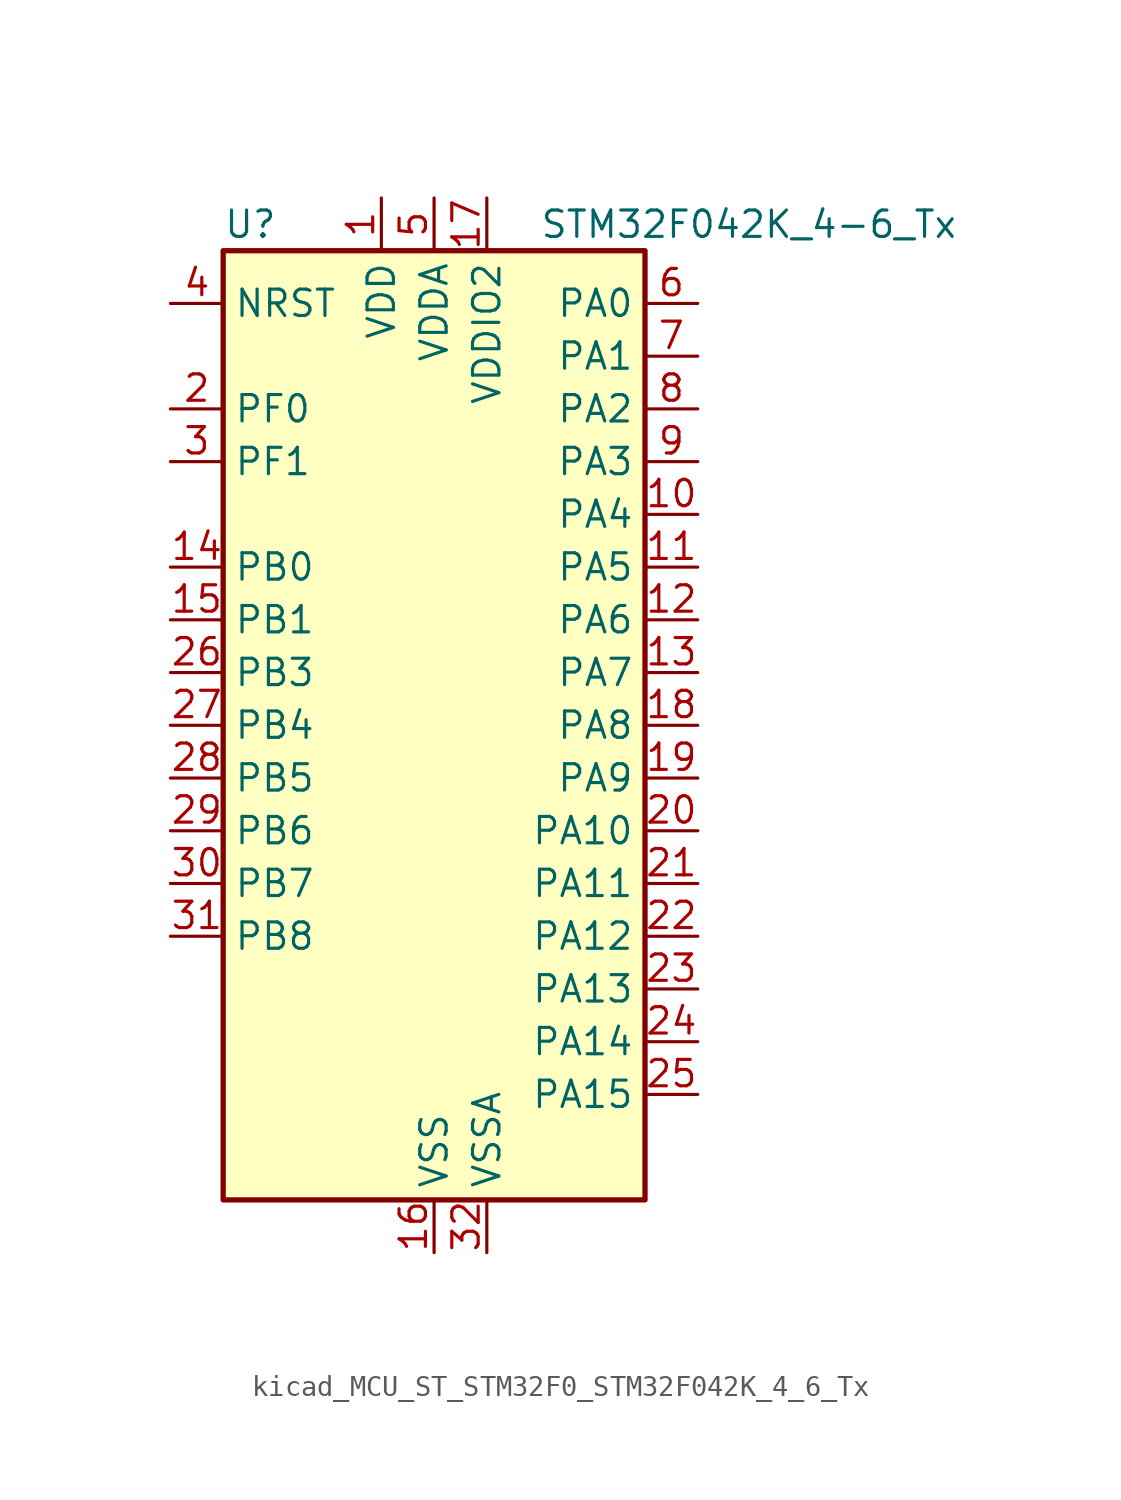
<source format=kicad_sym>
(kicad_symbol_lib
  (version 20220914)
  (generator kicad_symbol_editor)
  (symbol "kicad_MCU_ST_STM32F0_STM32F042K_4_6_Tx"
    (property "Reference" "U"
      (at -10.16 24.13 0)
      (effects (font (size 1.27 1.27)) (justify left)))
    (property "Value" "STM32F042K_4-6_Tx"
      (at 5.08 24.13 0)
      (effects (font (size 1.27 1.27)) (justify left)))
    (property "ki_locked" ""
      (at 0 0 0)
      (effects (font (size 1.27 1.27))))
    (symbol "kicad_MCU_ST_STM32F0_STM32F042K_4_6_Tx_0_1"
      (rectangle (start -10.16 -22.86) (end 10.16 22.86) (stroke (width 0.254) (type default)) (fill (type background))))
    (symbol "kicad_MCU_ST_STM32F0_STM32F042K_4_6_Tx_1_1"
      (pin power_in line (at -2.54 25.4 270) (length 2.54) (name "VDD" (effects (font (size 1.27 1.27)))) (number "1" (effects (font (size 1.27 1.27)))))
      (pin bidirectional line (at 12.7 10.16 180) (length 2.54) (name "PA4" (effects (font (size 1.27 1.27)))) (number "10" (effects (font (size 1.27 1.27)))) (alternate "ADC_IN4" bidirectional line) (alternate "I2S1_WS" bidirectional line) (alternate "SPI1_NSS" bidirectional line) (alternate "TIM14_CH1" bidirectional line) (alternate "TSC_G2_IO1" bidirectional line) (alternate "USART2_CK" bidirectional line) (alternate "USB_NOE" bidirectional line))
      (pin bidirectional line (at 12.7 7.62 180) (length 2.54) (name "PA5" (effects (font (size 1.27 1.27)))) (number "11" (effects (font (size 1.27 1.27)))) (alternate "ADC_IN5" bidirectional line) (alternate "CEC" bidirectional line) (alternate "I2S1_CK" bidirectional line) (alternate "SPI1_SCK" bidirectional line) (alternate "TIM2_CH1" bidirectional line) (alternate "TIM2_ETR" bidirectional line) (alternate "TSC_G2_IO2" bidirectional line))
      (pin bidirectional line (at 12.7 5.08 180) (length 2.54) (name "PA6" (effects (font (size 1.27 1.27)))) (number "12" (effects (font (size 1.27 1.27)))) (alternate "ADC_IN6" bidirectional line) (alternate "I2S1_MCK" bidirectional line) (alternate "SPI1_MISO" bidirectional line) (alternate "TIM16_CH1" bidirectional line) (alternate "TIM1_BKIN" bidirectional line) (alternate "TIM3_CH1" bidirectional line) (alternate "TSC_G2_IO3" bidirectional line))
      (pin bidirectional line (at 12.7 2.54 180) (length 2.54) (name "PA7" (effects (font (size 1.27 1.27)))) (number "13" (effects (font (size 1.27 1.27)))) (alternate "ADC_IN7" bidirectional line) (alternate "I2S1_SD" bidirectional line) (alternate "SPI1_MOSI" bidirectional line) (alternate "TIM14_CH1" bidirectional line) (alternate "TIM17_CH1" bidirectional line) (alternate "TIM1_CH1N" bidirectional line) (alternate "TIM3_CH2" bidirectional line) (alternate "TSC_G2_IO4" bidirectional line))
      (pin bidirectional line (at -12.7 7.62 0) (length 2.54) (name "PB0" (effects (font (size 1.27 1.27)))) (number "14" (effects (font (size 1.27 1.27)))) (alternate "ADC_IN8" bidirectional line) (alternate "TIM1_CH2N" bidirectional line) (alternate "TIM3_CH3" bidirectional line) (alternate "TSC_G3_IO2" bidirectional line))
      (pin bidirectional line (at -12.7 5.08 0) (length 2.54) (name "PB1" (effects (font (size 1.27 1.27)))) (number "15" (effects (font (size 1.27 1.27)))) (alternate "ADC_IN9" bidirectional line) (alternate "TIM14_CH1" bidirectional line) (alternate "TIM1_CH3N" bidirectional line) (alternate "TIM3_CH4" bidirectional line) (alternate "TSC_G3_IO3" bidirectional line))
      (pin power_in line (at 0 -25.4 90) (length 2.54) (name "VSS" (effects (font (size 1.27 1.27)))) (number "16" (effects (font (size 1.27 1.27)))))
      (pin power_in line (at 2.54 25.4 270) (length 2.54) (name "VDDIO2" (effects (font (size 1.27 1.27)))) (number "17" (effects (font (size 1.27 1.27)))))
      (pin bidirectional line (at 12.7 0 180) (length 2.54) (name "PA8" (effects (font (size 1.27 1.27)))) (number "18" (effects (font (size 1.27 1.27)))) (alternate "CRS_SYNC" bidirectional line) (alternate "RCC_MCO" bidirectional line) (alternate "TIM1_CH1" bidirectional line) (alternate "USART1_CK" bidirectional line))
      (pin bidirectional line (at 12.7 -2.54 180) (length 2.54) (name "PA9" (effects (font (size 1.27 1.27)))) (number "19" (effects (font (size 1.27 1.27)))) (alternate "I2C1_SCL" bidirectional line) (alternate "TIM1_CH2" bidirectional line) (alternate "TSC_G4_IO1" bidirectional line) (alternate "USART1_TX" bidirectional line))
      (pin bidirectional line (at -12.7 15.24 0) (length 2.54) (name "PF0" (effects (font (size 1.27 1.27)))) (number "2" (effects (font (size 1.27 1.27)))) (alternate "CRS_SYNC" bidirectional line) (alternate "I2C1_SDA" bidirectional line) (alternate "RCC_OSC_IN" bidirectional line))
      (pin bidirectional line (at 12.7 -5.08 180) (length 2.54) (name "PA10" (effects (font (size 1.27 1.27)))) (number "20" (effects (font (size 1.27 1.27)))) (alternate "I2C1_SDA" bidirectional line) (alternate "TIM17_BKIN" bidirectional line) (alternate "TIM1_CH3" bidirectional line) (alternate "TSC_G4_IO2" bidirectional line) (alternate "USART1_RX" bidirectional line))
      (pin bidirectional line (at 12.7 -7.62 180) (length 2.54) (name "PA11" (effects (font (size 1.27 1.27)))) (number "21" (effects (font (size 1.27 1.27)))) (alternate "CAN_RX" bidirectional line) (alternate "I2C1_SCL" bidirectional line) (alternate "TIM1_CH4" bidirectional line) (alternate "TSC_G4_IO3" bidirectional line) (alternate "USART1_CTS" bidirectional line) (alternate "USB_DM" bidirectional line))
      (pin bidirectional line (at 12.7 -10.16 180) (length 2.54) (name "PA12" (effects (font (size 1.27 1.27)))) (number "22" (effects (font (size 1.27 1.27)))) (alternate "CAN_TX" bidirectional line) (alternate "I2C1_SDA" bidirectional line) (alternate "TIM1_ETR" bidirectional line) (alternate "TSC_G4_IO4" bidirectional line) (alternate "USART1_DE" bidirectional line) (alternate "USART1_RTS" bidirectional line) (alternate "USB_DP" bidirectional line))
      (pin bidirectional line (at 12.7 -12.7 180) (length 2.54) (name "PA13" (effects (font (size 1.27 1.27)))) (number "23" (effects (font (size 1.27 1.27)))) (alternate "IR_OUT" bidirectional line) (alternate "SYS_SWDIO" bidirectional line) (alternate "USB_NOE" bidirectional line))
      (pin bidirectional line (at 12.7 -15.24 180) (length 2.54) (name "PA14" (effects (font (size 1.27 1.27)))) (number "24" (effects (font (size 1.27 1.27)))) (alternate "SYS_SWCLK" bidirectional line) (alternate "USART2_TX" bidirectional line))
      (pin bidirectional line (at 12.7 -17.78 180) (length 2.54) (name "PA15" (effects (font (size 1.27 1.27)))) (number "25" (effects (font (size 1.27 1.27)))) (alternate "I2S1_WS" bidirectional line) (alternate "SPI1_NSS" bidirectional line) (alternate "TIM2_CH1" bidirectional line) (alternate "TIM2_ETR" bidirectional line) (alternate "USART2_RX" bidirectional line) (alternate "USB_NOE" bidirectional line))
      (pin bidirectional line (at -12.7 2.54 0) (length 2.54) (name "PB3" (effects (font (size 1.27 1.27)))) (number "26" (effects (font (size 1.27 1.27)))) (alternate "I2S1_CK" bidirectional line) (alternate "SPI1_SCK" bidirectional line) (alternate "TIM2_CH2" bidirectional line) (alternate "TSC_G5_IO1" bidirectional line))
      (pin bidirectional line (at -12.7 0 0) (length 2.54) (name "PB4" (effects (font (size 1.27 1.27)))) (number "27" (effects (font (size 1.27 1.27)))) (alternate "I2S1_MCK" bidirectional line) (alternate "SPI1_MISO" bidirectional line) (alternate "TIM17_BKIN" bidirectional line) (alternate "TIM3_CH1" bidirectional line) (alternate "TSC_G5_IO2" bidirectional line))
      (pin bidirectional line (at -12.7 -2.54 0) (length 2.54) (name "PB5" (effects (font (size 1.27 1.27)))) (number "28" (effects (font (size 1.27 1.27)))) (alternate "I2C1_SMBA" bidirectional line) (alternate "I2S1_SD" bidirectional line) (alternate "SPI1_MOSI" bidirectional line) (alternate "SYS_WKUP6" bidirectional line) (alternate "TIM16_BKIN" bidirectional line) (alternate "TIM3_CH2" bidirectional line))
      (pin bidirectional line (at -12.7 -5.08 0) (length 2.54) (name "PB6" (effects (font (size 1.27 1.27)))) (number "29" (effects (font (size 1.27 1.27)))) (alternate "I2C1_SCL" bidirectional line) (alternate "TIM16_CH1N" bidirectional line) (alternate "TSC_G5_IO3" bidirectional line) (alternate "USART1_TX" bidirectional line))
      (pin bidirectional line (at -12.7 12.7 0) (length 2.54) (name "PF1" (effects (font (size 1.27 1.27)))) (number "3" (effects (font (size 1.27 1.27)))) (alternate "I2C1_SCL" bidirectional line) (alternate "RCC_OSC_OUT" bidirectional line))
      (pin bidirectional line (at -12.7 -7.62 0) (length 2.54) (name "PB7" (effects (font (size 1.27 1.27)))) (number "30" (effects (font (size 1.27 1.27)))) (alternate "I2C1_SDA" bidirectional line) (alternate "TIM17_CH1N" bidirectional line) (alternate "TSC_G5_IO4" bidirectional line) (alternate "USART1_RX" bidirectional line))
      (pin bidirectional line (at -12.7 -10.16 0) (length 2.54) (name "PB8" (effects (font (size 1.27 1.27)))) (number "31" (effects (font (size 1.27 1.27)))) (alternate "CAN_RX" bidirectional line) (alternate "CEC" bidirectional line) (alternate "I2C1_SCL" bidirectional line) (alternate "TIM16_CH1" bidirectional line) (alternate "TSC_SYNC" bidirectional line))
      (pin power_in line (at 2.54 -25.4 90) (length 2.54) (name "VSSA" (effects (font (size 1.27 1.27)))) (number "32" (effects (font (size 1.27 1.27)))))
      (pin input line (at -12.7 20.32 0) (length 2.54) (name "NRST" (effects (font (size 1.27 1.27)))) (number "4" (effects (font (size 1.27 1.27)))))
      (pin power_in line (at 0 25.4 270) (length 2.54) (name "VDDA" (effects (font (size 1.27 1.27)))) (number "5" (effects (font (size 1.27 1.27)))))
      (pin bidirectional line (at 12.7 20.32 180) (length 2.54) (name "PA0" (effects (font (size 1.27 1.27)))) (number "6" (effects (font (size 1.27 1.27)))) (alternate "ADC_IN0" bidirectional line) (alternate "RTC_TAMP2" bidirectional line) (alternate "SYS_WKUP1" bidirectional line) (alternate "TIM2_CH1" bidirectional line) (alternate "TIM2_ETR" bidirectional line) (alternate "TSC_G1_IO1" bidirectional line) (alternate "USART2_CTS" bidirectional line))
      (pin bidirectional line (at 12.7 17.78 180) (length 2.54) (name "PA1" (effects (font (size 1.27 1.27)))) (number "7" (effects (font (size 1.27 1.27)))) (alternate "ADC_IN1" bidirectional line) (alternate "TIM2_CH2" bidirectional line) (alternate "TSC_G1_IO2" bidirectional line) (alternate "USART2_DE" bidirectional line) (alternate "USART2_RTS" bidirectional line))
      (pin bidirectional line (at 12.7 15.24 180) (length 2.54) (name "PA2" (effects (font (size 1.27 1.27)))) (number "8" (effects (font (size 1.27 1.27)))) (alternate "ADC_IN2" bidirectional line) (alternate "SYS_WKUP4" bidirectional line) (alternate "TIM2_CH3" bidirectional line) (alternate "TSC_G1_IO3" bidirectional line) (alternate "USART2_TX" bidirectional line))
      (pin bidirectional line (at 12.7 12.7 180) (length 2.54) (name "PA3" (effects (font (size 1.27 1.27)))) (number "9" (effects (font (size 1.27 1.27)))) (alternate "ADC_IN3" bidirectional line) (alternate "TIM2_CH4" bidirectional line) (alternate "TSC_G1_IO4" bidirectional line) (alternate "USART2_RX" bidirectional line)))))
</source>
